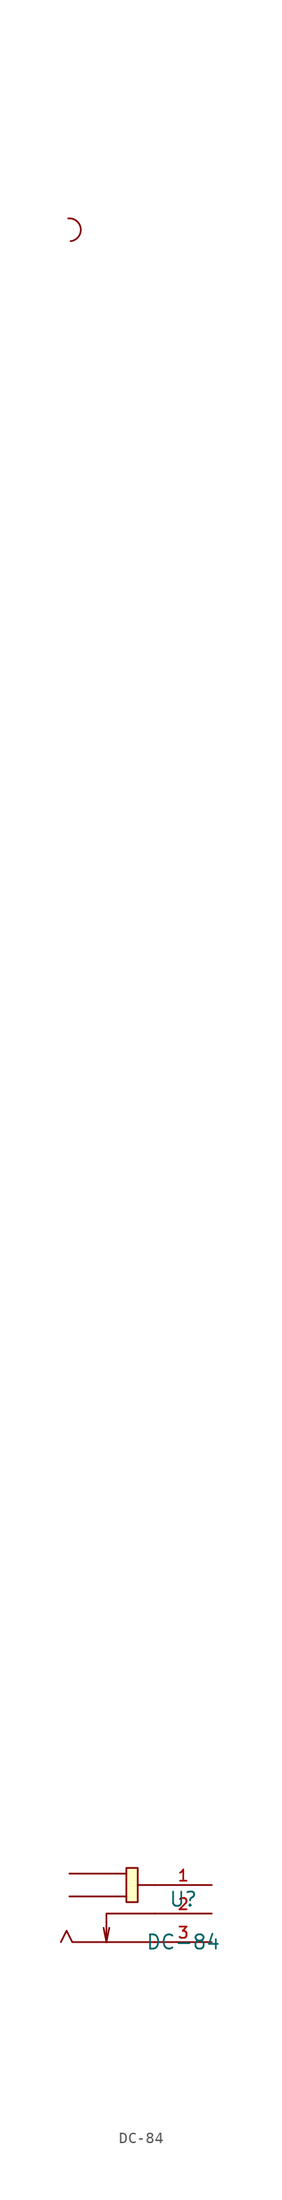
<source format=kicad_sym>
(kicad_symbol_lib
  (version 20210201)
  (generator TousstNicolas/JLC2KiCad_lib)
  (symbol "DC-84"
    (pin_names hide)
    (property "Reference" "U"
      (at 0 1.27 0)
      (effects (font (size 1.27 1.27))))
    (property "Value" "DC-84"
      (at 0 -2.54 0)
      (effects (font (size 1.27 1.27))))
    (symbol "DC-84_0_1"
      (polyline (pts (xy -2.54 2.54) (xy -4.064 2.54)) (stroke (width 0) (type default) (color 0 0 0 0)) (fill (type none)))
      (rectangle (start -5.08 4.064) (end -4.064 1.016) (stroke (width 0) (type default) (color 0 0 0 0)) (fill (type background)))
      (polyline (pts (xy -5.08 3.556) (xy -10.16 3.556)) (stroke (width 0) (type default) (color 0 0 0 0)) (fill (type none)))
      (polyline (pts (xy -5.08 1.524) (xy -10.16 1.524)) (stroke (width 0) (type default) (color 0 0 0 0)) (fill (type none)))
      (arc (start -10.052193246214301 148.8500356437128) (mid -9.149756237691493 149.96812675375855) (end -10.267847359383023 150.87056374785266) (stroke (width 0) (type default) (color 0 0 0 0)) (fill (type none)))
      (polyline (pts (xy -2.54 -2.54) (xy -9.906 -2.54) (xy -10.414 -1.524) (xy -10.922 -2.54)) (stroke (width 0) (type default) (color 0 0 0 0)) (fill (type none)))
      (polyline (pts (xy -2.54 -0.0) (xy -6.858 -0.0) (xy -6.858 -2.54) (xy -7.112 -1.27)) (stroke (width 0) (type default) (color 0 0 0 0)) (fill (type none)))
      (polyline (pts (xy -6.858 -2.54) (xy -6.604 -1.27)) (stroke (width 0) (type default) (color 0 0 0 0)) (fill (type none)))
      (pin unspecified line (at 2.54 2.54 180) (length 5.08) (name "1" (effects (font (size 1 1)))) (number "1" (effects (font (size 1 1)))))
      (pin unspecified line (at 2.54 -0.0 180) (length 5.08) (name "2" (effects (font (size 1 1)))) (number "2" (effects (font (size 1 1)))))
      (pin unspecified line (at 2.54 -2.54 180) (length 5.08) (name "3" (effects (font (size 1 1)))) (number "3" (effects (font (size 1 1))))))))
</source>
